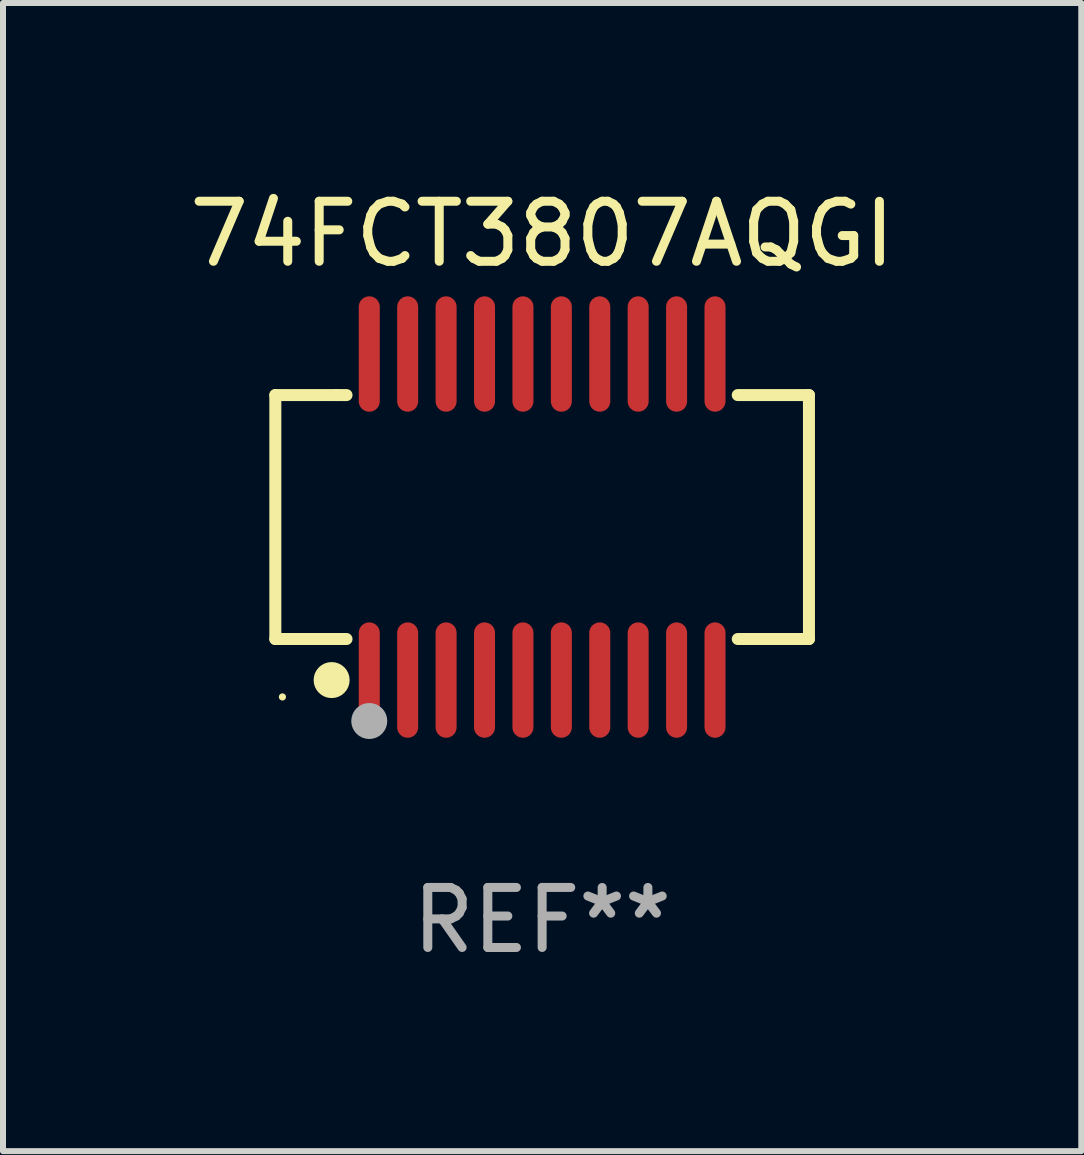
<source format=kicad_pcb>
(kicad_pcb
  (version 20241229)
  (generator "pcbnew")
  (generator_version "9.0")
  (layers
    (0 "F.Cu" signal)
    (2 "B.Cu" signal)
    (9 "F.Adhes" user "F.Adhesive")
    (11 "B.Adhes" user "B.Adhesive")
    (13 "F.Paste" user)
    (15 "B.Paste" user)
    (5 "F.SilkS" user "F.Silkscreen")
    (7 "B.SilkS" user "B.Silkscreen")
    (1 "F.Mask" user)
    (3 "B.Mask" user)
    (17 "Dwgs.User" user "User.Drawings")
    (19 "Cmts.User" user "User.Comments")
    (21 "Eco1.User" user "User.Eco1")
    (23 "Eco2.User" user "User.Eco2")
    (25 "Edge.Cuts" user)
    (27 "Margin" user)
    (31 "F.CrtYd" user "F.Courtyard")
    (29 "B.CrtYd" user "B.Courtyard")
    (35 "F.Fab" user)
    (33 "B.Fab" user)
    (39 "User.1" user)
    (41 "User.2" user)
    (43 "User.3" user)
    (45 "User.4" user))
  (footprint "74FCT3807AQGI"
    (layer "F.Cu")
    (at 5.982 5.564)
    (property "Reference" "74FCT3807AQGI" (at 0 -4.716 0) (layer "F.SilkS") (effects (font (size 1 1) (thickness 0.15))))
    (attr through_hole)
    (fp_line (start -4.445 -2.032) (end -4.445 2.032) (stroke (width 0.2) (type solid)) (layer "F.SilkS"))
    (fp_line (start -4.445 2.032) (end -3.259 2.032) (stroke (width 0.2) (type solid)) (layer "F.SilkS"))
    (fp_line (start -3.429 -2.032) (end -4.445 -2.032) (stroke (width 0.2) (type solid)) (layer "F.SilkS"))
    (fp_line (start -3.259 -2.032) (end -3.429 -2.032) (stroke (width 0.2) (type solid)) (layer "F.SilkS"))
    (fp_line (start 3.259 2.032) (end 4.445 2.032) (stroke (width 0.2) (type solid)) (layer "F.SilkS"))
    (fp_line (start 4.445 -2.032) (end 3.259 -2.032) (stroke (width 0.2) (type solid)) (layer "F.SilkS"))
    (fp_line (start 4.445 2.032) (end 4.445 -2.032) (stroke (width 0.2) (type solid)) (layer "F.SilkS"))
    (fp_circle (center -4.327 2.997) (end -4.297 2.997) (stroke (width 0.06) (type solid)) (fill no) (layer "F.SilkS"))
    (fp_circle (center -3.507 2.716) (end -3.357 2.716) (stroke (width 0.3) (type solid)) (fill no) (layer "F.SilkS"))
    (fp_circle (center -2.88 3.398) (end -2.73 3.398) (stroke (width 0.3) (type solid)) (fill no) (layer "F.Fab"))
    (fp_text user "REF**" (at 0 6.716 0) (layer "F.Fab") (effects (font (size 1 1) (thickness 0.15))))
    (pad "1" smd oval (at -2.88 2.716) (size 0.35 1.922) (layers "F.Cu" "F.Mask" "F.Paste"))
    (pad "2" smd oval (at -2.24 2.716) (size 0.35 1.922) (layers "F.Cu" "F.Mask" "F.Paste"))
    (pad "3" smd oval (at -1.6 2.716) (size 0.35 1.922) (layers "F.Cu" "F.Mask" "F.Paste"))
    (pad "4" smd oval (at -0.96 2.716) (size 0.35 1.922) (layers "F.Cu" "F.Mask" "F.Paste"))
    (pad "5" smd oval (at -0.32 2.716) (size 0.35 1.922) (layers "F.Cu" "F.Mask" "F.Paste"))
    (pad "6" smd oval (at 0.32 2.716) (size 0.35 1.922) (layers "F.Cu" "F.Mask" "F.Paste"))
    (pad "7" smd oval (at 0.96 2.716) (size 0.35 1.922) (layers "F.Cu" "F.Mask" "F.Paste"))
    (pad "8" smd oval (at 1.6 2.716) (size 0.35 1.922) (layers "F.Cu" "F.Mask" "F.Paste"))
    (pad "9" smd oval (at 2.24 2.716) (size 0.35 1.922) (layers "F.Cu" "F.Mask" "F.Paste"))
    (pad "10" smd oval (at 2.88 2.716) (size 0.35 1.922) (layers "F.Cu" "F.Mask" "F.Paste"))
    (pad "11" smd oval (at 2.88 -2.716) (size 0.35 1.922) (layers "F.Cu" "F.Mask" "F.Paste"))
    (pad "12" smd oval (at 2.24 -2.716) (size 0.35 1.922) (layers "F.Cu" "F.Mask" "F.Paste"))
    (pad "13" smd oval (at 1.6 -2.716) (size 0.35 1.922) (layers "F.Cu" "F.Mask" "F.Paste"))
    (pad "14" smd oval (at 0.96 -2.716) (size 0.35 1.922) (layers "F.Cu" "F.Mask" "F.Paste"))
    (pad "15" smd oval (at 0.32 -2.716) (size 0.35 1.922) (layers "F.Cu" "F.Mask" "F.Paste"))
    (pad "16" smd oval (at -0.32 -2.716) (size 0.35 1.922) (layers "F.Cu" "F.Mask" "F.Paste"))
    (pad "17" smd oval (at -0.96 -2.716) (size 0.35 1.922) (layers "F.Cu" "F.Mask" "F.Paste"))
    (pad "18" smd oval (at -1.6 -2.716) (size 0.35 1.922) (layers "F.Cu" "F.Mask" "F.Paste"))
    (pad "19" smd oval (at -2.24 -2.716) (size 0.35 1.922) (layers "F.Cu" "F.Mask" "F.Paste"))
    (pad "20" smd oval (at -2.88 -2.716) (size 0.35 1.922) (layers "F.Cu" "F.Mask" "F.Paste")))
  (gr_rect
    (start -3 -3)
    (end 14.964 16.128)
    (stroke (width 0.1) (type default))
    (fill no)
    (layer "Edge.Cuts")))
</source>
